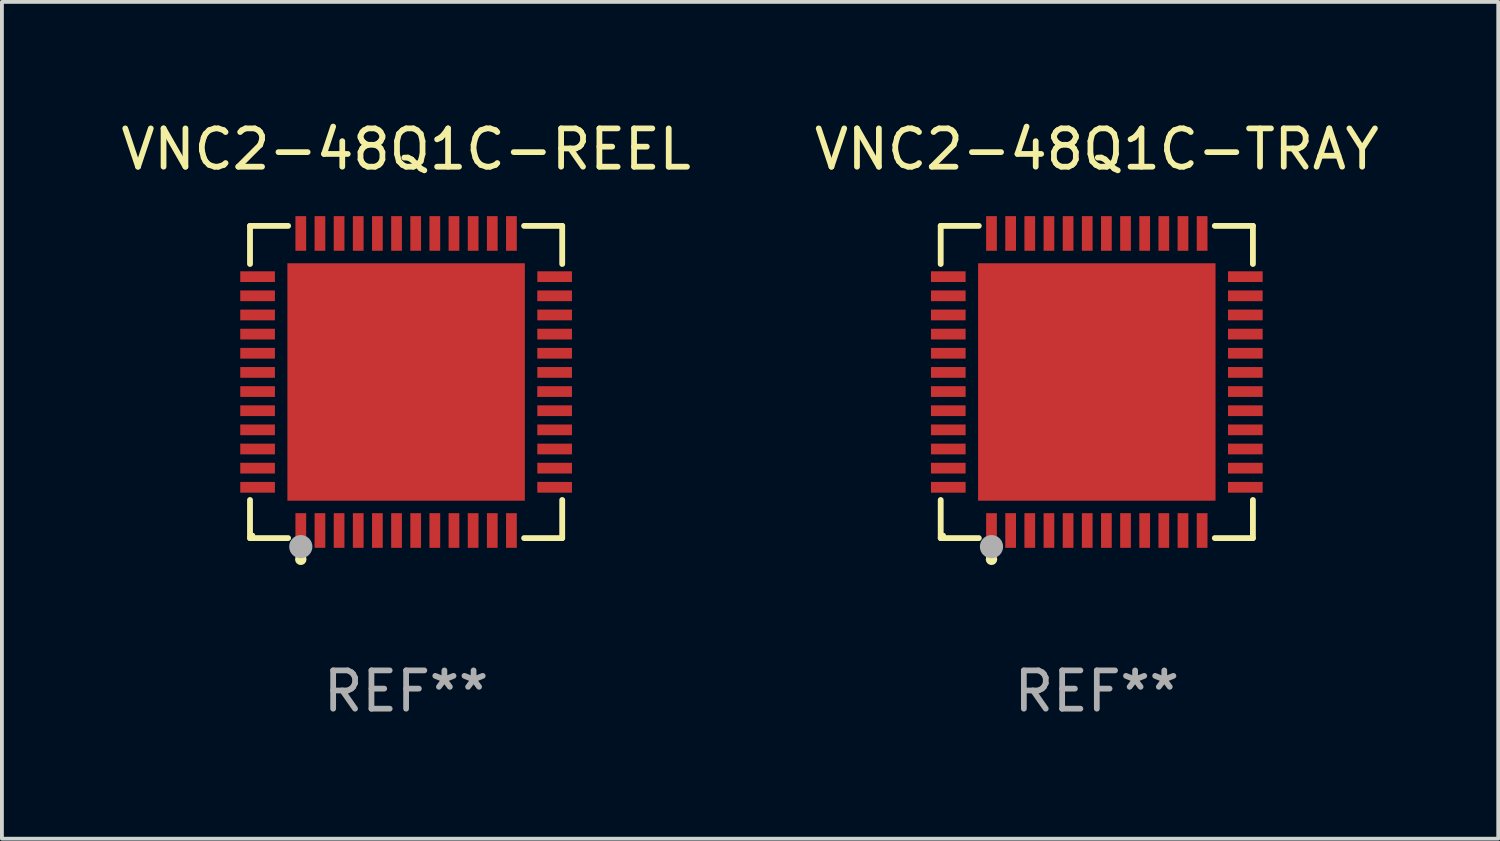
<source format=kicad_pcb>
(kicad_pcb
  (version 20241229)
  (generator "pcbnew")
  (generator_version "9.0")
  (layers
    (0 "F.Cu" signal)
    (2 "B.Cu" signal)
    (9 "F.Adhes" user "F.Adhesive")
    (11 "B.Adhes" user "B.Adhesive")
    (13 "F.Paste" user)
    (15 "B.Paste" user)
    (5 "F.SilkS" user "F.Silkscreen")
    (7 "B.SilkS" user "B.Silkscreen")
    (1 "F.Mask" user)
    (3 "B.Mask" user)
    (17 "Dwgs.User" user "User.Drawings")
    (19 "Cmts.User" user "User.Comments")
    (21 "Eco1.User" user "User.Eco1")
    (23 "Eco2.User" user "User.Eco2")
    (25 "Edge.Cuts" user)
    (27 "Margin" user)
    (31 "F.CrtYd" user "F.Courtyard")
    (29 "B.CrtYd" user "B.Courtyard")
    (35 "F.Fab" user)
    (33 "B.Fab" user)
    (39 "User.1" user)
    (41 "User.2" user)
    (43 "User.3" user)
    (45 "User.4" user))
  (footprint "VNC2-48Q1C-REEL"
    (layer "F.Cu")
    (at 7.554 6.924)
    (property "Reference" "VNC2-48Q1C-REEL" (at 0 -6.076 0) (layer "F.SilkS") (effects (font (size 1 1) (thickness 0.15))))
    (attr through_hole)
    (fp_line (start -4.076 -4.076) (end -3.081 -4.076) (stroke (width 0.152) (type solid)) (layer "F.SilkS"))
    (fp_line (start -4.076 -3.081) (end -4.076 -4.076) (stroke (width 0.152) (type solid)) (layer "F.SilkS"))
    (fp_line (start -4.076 3.081) (end -4.076 4.076) (stroke (width 0.152) (type solid)) (layer "F.SilkS"))
    (fp_line (start -4.076 4.076) (end -3.081 4.076) (stroke (width 0.152) (type solid)) (layer "F.SilkS"))
    (fp_line (start 4.076 -4.076) (end 3.081 -4.076) (stroke (width 0.152) (type solid)) (layer "F.SilkS"))
    (fp_line (start 4.076 -3.081) (end 4.076 -4.076) (stroke (width 0.152) (type solid)) (layer "F.SilkS"))
    (fp_line (start 4.076 3.081) (end 4.076 4.076) (stroke (width 0.152) (type solid)) (layer "F.SilkS"))
    (fp_line (start 4.076 4.076) (end 3.081 4.076) (stroke (width 0.152) (type solid)) (layer "F.SilkS"))
    (fp_circle (center -4 4) (end -3.97 4) (stroke (width 0.06) (type solid)) (fill no) (layer "F.SilkS"))
    (fp_circle (center -2.75 4.63) (end -2.675 4.63) (stroke (width 0.15) (type solid)) (fill no) (layer "F.SilkS"))
    (fp_circle (center -2.75 4.3) (end -2.597 4.3) (stroke (width 0.3) (type solid)) (fill no) (layer "F.Fab"))
    (fp_text user "REF**" (at 0 8.076 0) (layer "F.Fab") (effects (font (size 1 1) (thickness 0.15))))
    (pad "1" smd rect (at -2.75 3.878) (size 0.28 0.905) (layers "F.Cu" "F.Mask" "F.Paste"))
    (pad "2" smd rect (at -2.25 3.878) (size 0.28 0.905) (layers "F.Cu" "F.Mask" "F.Paste"))
    (pad "3" smd rect (at -1.75 3.878) (size 0.28 0.905) (layers "F.Cu" "F.Mask" "F.Paste"))
    (pad "4" smd rect (at -1.25 3.878) (size 0.28 0.905) (layers "F.Cu" "F.Mask" "F.Paste"))
    (pad "5" smd rect (at -0.75 3.878) (size 0.28 0.905) (layers "F.Cu" "F.Mask" "F.Paste"))
    (pad "6" smd rect (at -0.25 3.878) (size 0.28 0.905) (layers "F.Cu" "F.Mask" "F.Paste"))
    (pad "7" smd rect (at 0.25 3.878) (size 0.28 0.905) (layers "F.Cu" "F.Mask" "F.Paste"))
    (pad "8" smd rect (at 0.75 3.878) (size 0.28 0.905) (layers "F.Cu" "F.Mask" "F.Paste"))
    (pad "9" smd rect (at 1.25 3.878) (size 0.28 0.905) (layers "F.Cu" "F.Mask" "F.Paste"))
    (pad "10" smd rect (at 1.75 3.878) (size 0.28 0.905) (layers "F.Cu" "F.Mask" "F.Paste"))
    (pad "11" smd rect (at 2.25 3.878) (size 0.28 0.905) (layers "F.Cu" "F.Mask" "F.Paste"))
    (pad "12" smd rect (at 2.75 3.878) (size 0.28 0.905) (layers "F.Cu" "F.Mask" "F.Paste"))
    (pad "13" smd rect (at 3.878 2.75) (size 0.905 0.28) (layers "F.Cu" "F.Mask" "F.Paste"))
    (pad "14" smd rect (at 3.878 2.25) (size 0.905 0.28) (layers "F.Cu" "F.Mask" "F.Paste"))
    (pad "15" smd rect (at 3.878 1.75) (size 0.905 0.28) (layers "F.Cu" "F.Mask" "F.Paste"))
    (pad "16" smd rect (at 3.878 1.25) (size 0.905 0.28) (layers "F.Cu" "F.Mask" "F.Paste"))
    (pad "17" smd rect (at 3.878 0.75) (size 0.905 0.28) (layers "F.Cu" "F.Mask" "F.Paste"))
    (pad "18" smd rect (at 3.878 0.25) (size 0.905 0.28) (layers "F.Cu" "F.Mask" "F.Paste"))
    (pad "19" smd rect (at 3.878 -0.25) (size 0.905 0.28) (layers "F.Cu" "F.Mask" "F.Paste"))
    (pad "20" smd rect (at 3.878 -0.75) (size 0.905 0.28) (layers "F.Cu" "F.Mask" "F.Paste"))
    (pad "21" smd rect (at 3.878 -1.25) (size 0.905 0.28) (layers "F.Cu" "F.Mask" "F.Paste"))
    (pad "22" smd rect (at 3.878 -1.75) (size 0.905 0.28) (layers "F.Cu" "F.Mask" "F.Paste"))
    (pad "23" smd rect (at 3.878 -2.25) (size 0.905 0.28) (layers "F.Cu" "F.Mask" "F.Paste"))
    (pad "24" smd rect (at 3.878 -2.75) (size 0.905 0.28) (layers "F.Cu" "F.Mask" "F.Paste"))
    (pad "25" smd rect (at 2.75 -3.878) (size 0.28 0.905) (layers "F.Cu" "F.Mask" "F.Paste"))
    (pad "26" smd rect (at 2.25 -3.878) (size 0.28 0.905) (layers "F.Cu" "F.Mask" "F.Paste"))
    (pad "27" smd rect (at 1.75 -3.878) (size 0.28 0.905) (layers "F.Cu" "F.Mask" "F.Paste"))
    (pad "28" smd rect (at 1.25 -3.878) (size 0.28 0.905) (layers "F.Cu" "F.Mask" "F.Paste"))
    (pad "29" smd rect (at 0.75 -3.878) (size 0.28 0.905) (layers "F.Cu" "F.Mask" "F.Paste"))
    (pad "30" smd rect (at 0.25 -3.878) (size 0.28 0.905) (layers "F.Cu" "F.Mask" "F.Paste"))
    (pad "31" smd rect (at -0.25 -3.878) (size 0.28 0.905) (layers "F.Cu" "F.Mask" "F.Paste"))
    (pad "32" smd rect (at -0.75 -3.878) (size 0.28 0.905) (layers "F.Cu" "F.Mask" "F.Paste"))
    (pad "33" smd rect (at -1.25 -3.878) (size 0.28 0.905) (layers "F.Cu" "F.Mask" "F.Paste"))
    (pad "34" smd rect (at -1.75 -3.878) (size 0.28 0.905) (layers "F.Cu" "F.Mask" "F.Paste"))
    (pad "35" smd rect (at -2.25 -3.878) (size 0.28 0.905) (layers "F.Cu" "F.Mask" "F.Paste"))
    (pad "36" smd rect (at -2.75 -3.878) (size 0.28 0.905) (layers "F.Cu" "F.Mask" "F.Paste"))
    (pad "37" smd rect (at -3.878 -2.75) (size 0.905 0.28) (layers "F.Cu" "F.Mask" "F.Paste"))
    (pad "38" smd rect (at -3.878 -2.25) (size 0.905 0.28) (layers "F.Cu" "F.Mask" "F.Paste"))
    (pad "39" smd rect (at -3.878 -1.75) (size 0.905 0.28) (layers "F.Cu" "F.Mask" "F.Paste"))
    (pad "40" smd rect (at -3.878 -1.25) (size 0.905 0.28) (layers "F.Cu" "F.Mask" "F.Paste"))
    (pad "41" smd rect (at -3.878 -0.75) (size 0.905 0.28) (layers "F.Cu" "F.Mask" "F.Paste"))
    (pad "42" smd rect (at -3.878 -0.25) (size 0.905 0.28) (layers "F.Cu" "F.Mask" "F.Paste"))
    (pad "43" smd rect (at -3.878 0.25) (size 0.905 0.28) (layers "F.Cu" "F.Mask" "F.Paste"))
    (pad "44" smd rect (at -3.878 0.75) (size 0.905 0.28) (layers "F.Cu" "F.Mask" "F.Paste"))
    (pad "45" smd rect (at -3.878 1.25) (size 0.905 0.28) (layers "F.Cu" "F.Mask" "F.Paste"))
    (pad "46" smd rect (at -3.878 1.75) (size 0.905 0.28) (layers "F.Cu" "F.Mask" "F.Paste"))
    (pad "47" smd rect (at -3.878 2.25) (size 0.905 0.28) (layers "F.Cu" "F.Mask" "F.Paste"))
    (pad "48" smd rect (at -3.878 2.75) (size 0.905 0.28) (layers "F.Cu" "F.Mask" "F.Paste"))
    (pad "49" smd rect (at 0 0) (size 6.2 6.2) (layers "F.Cu" "F.Mask" "F.Paste")))
  (footprint "VNC2-48Q1C-TRAY"
    (layer "F.Cu")
    (at 25.589 6.924)
    (property "Reference" "VNC2-48Q1C-TRAY" (at 0 -6.076 0) (layer "F.SilkS") (effects (font (size 1 1) (thickness 0.15))))
    (attr through_hole)
    (fp_line (start -4.076 -4.076) (end -3.081 -4.076) (stroke (width 0.152) (type solid)) (layer "F.SilkS"))
    (fp_line (start -4.076 -3.081) (end -4.076 -4.076) (stroke (width 0.152) (type solid)) (layer "F.SilkS"))
    (fp_line (start -4.076 3.081) (end -4.076 4.076) (stroke (width 0.152) (type solid)) (layer "F.SilkS"))
    (fp_line (start -4.076 4.076) (end -3.081 4.076) (stroke (width 0.152) (type solid)) (layer "F.SilkS"))
    (fp_line (start 4.076 -4.076) (end 3.081 -4.076) (stroke (width 0.152) (type solid)) (layer "F.SilkS"))
    (fp_line (start 4.076 -3.081) (end 4.076 -4.076) (stroke (width 0.152) (type solid)) (layer "F.SilkS"))
    (fp_line (start 4.076 3.081) (end 4.076 4.076) (stroke (width 0.152) (type solid)) (layer "F.SilkS"))
    (fp_line (start 4.076 4.076) (end 3.081 4.076) (stroke (width 0.152) (type solid)) (layer "F.SilkS"))
    (fp_circle (center -4 4) (end -3.97 4) (stroke (width 0.06) (type solid)) (fill no) (layer "F.SilkS"))
    (fp_circle (center -2.75 4.63) (end -2.675 4.63) (stroke (width 0.15) (type solid)) (fill no) (layer "F.SilkS"))
    (fp_circle (center -2.75 4.3) (end -2.597 4.3) (stroke (width 0.3) (type solid)) (fill no) (layer "F.Fab"))
    (fp_text user "REF**" (at 0 8.076 0) (layer "F.Fab") (effects (font (size 1 1) (thickness 0.15))))
    (pad "1" smd rect (at -2.75 3.878) (size 0.28 0.905) (layers "F.Cu" "F.Mask" "F.Paste"))
    (pad "2" smd rect (at -2.25 3.878) (size 0.28 0.905) (layers "F.Cu" "F.Mask" "F.Paste"))
    (pad "3" smd rect (at -1.75 3.878) (size 0.28 0.905) (layers "F.Cu" "F.Mask" "F.Paste"))
    (pad "4" smd rect (at -1.25 3.878) (size 0.28 0.905) (layers "F.Cu" "F.Mask" "F.Paste"))
    (pad "5" smd rect (at -0.75 3.878) (size 0.28 0.905) (layers "F.Cu" "F.Mask" "F.Paste"))
    (pad "6" smd rect (at -0.25 3.878) (size 0.28 0.905) (layers "F.Cu" "F.Mask" "F.Paste"))
    (pad "7" smd rect (at 0.25 3.878) (size 0.28 0.905) (layers "F.Cu" "F.Mask" "F.Paste"))
    (pad "8" smd rect (at 0.75 3.878) (size 0.28 0.905) (layers "F.Cu" "F.Mask" "F.Paste"))
    (pad "9" smd rect (at 1.25 3.878) (size 0.28 0.905) (layers "F.Cu" "F.Mask" "F.Paste"))
    (pad "10" smd rect (at 1.75 3.878) (size 0.28 0.905) (layers "F.Cu" "F.Mask" "F.Paste"))
    (pad "11" smd rect (at 2.25 3.878) (size 0.28 0.905) (layers "F.Cu" "F.Mask" "F.Paste"))
    (pad "12" smd rect (at 2.75 3.878) (size 0.28 0.905) (layers "F.Cu" "F.Mask" "F.Paste"))
    (pad "13" smd rect (at 3.878 2.75) (size 0.905 0.28) (layers "F.Cu" "F.Mask" "F.Paste"))
    (pad "14" smd rect (at 3.878 2.25) (size 0.905 0.28) (layers "F.Cu" "F.Mask" "F.Paste"))
    (pad "15" smd rect (at 3.878 1.75) (size 0.905 0.28) (layers "F.Cu" "F.Mask" "F.Paste"))
    (pad "16" smd rect (at 3.878 1.25) (size 0.905 0.28) (layers "F.Cu" "F.Mask" "F.Paste"))
    (pad "17" smd rect (at 3.878 0.75) (size 0.905 0.28) (layers "F.Cu" "F.Mask" "F.Paste"))
    (pad "18" smd rect (at 3.878 0.25) (size 0.905 0.28) (layers "F.Cu" "F.Mask" "F.Paste"))
    (pad "19" smd rect (at 3.878 -0.25) (size 0.905 0.28) (layers "F.Cu" "F.Mask" "F.Paste"))
    (pad "20" smd rect (at 3.878 -0.75) (size 0.905 0.28) (layers "F.Cu" "F.Mask" "F.Paste"))
    (pad "21" smd rect (at 3.878 -1.25) (size 0.905 0.28) (layers "F.Cu" "F.Mask" "F.Paste"))
    (pad "22" smd rect (at 3.878 -1.75) (size 0.905 0.28) (layers "F.Cu" "F.Mask" "F.Paste"))
    (pad "23" smd rect (at 3.878 -2.25) (size 0.905 0.28) (layers "F.Cu" "F.Mask" "F.Paste"))
    (pad "24" smd rect (at 3.878 -2.75) (size 0.905 0.28) (layers "F.Cu" "F.Mask" "F.Paste"))
    (pad "25" smd rect (at 2.75 -3.878) (size 0.28 0.905) (layers "F.Cu" "F.Mask" "F.Paste"))
    (pad "26" smd rect (at 2.25 -3.878) (size 0.28 0.905) (layers "F.Cu" "F.Mask" "F.Paste"))
    (pad "27" smd rect (at 1.75 -3.878) (size 0.28 0.905) (layers "F.Cu" "F.Mask" "F.Paste"))
    (pad "28" smd rect (at 1.25 -3.878) (size 0.28 0.905) (layers "F.Cu" "F.Mask" "F.Paste"))
    (pad "29" smd rect (at 0.75 -3.878) (size 0.28 0.905) (layers "F.Cu" "F.Mask" "F.Paste"))
    (pad "30" smd rect (at 0.25 -3.878) (size 0.28 0.905) (layers "F.Cu" "F.Mask" "F.Paste"))
    (pad "31" smd rect (at -0.25 -3.878) (size 0.28 0.905) (layers "F.Cu" "F.Mask" "F.Paste"))
    (pad "32" smd rect (at -0.75 -3.878) (size 0.28 0.905) (layers "F.Cu" "F.Mask" "F.Paste"))
    (pad "33" smd rect (at -1.25 -3.878) (size 0.28 0.905) (layers "F.Cu" "F.Mask" "F.Paste"))
    (pad "34" smd rect (at -1.75 -3.878) (size 0.28 0.905) (layers "F.Cu" "F.Mask" "F.Paste"))
    (pad "35" smd rect (at -2.25 -3.878) (size 0.28 0.905) (layers "F.Cu" "F.Mask" "F.Paste"))
    (pad "36" smd rect (at -2.75 -3.878) (size 0.28 0.905) (layers "F.Cu" "F.Mask" "F.Paste"))
    (pad "37" smd rect (at -3.878 -2.75) (size 0.905 0.28) (layers "F.Cu" "F.Mask" "F.Paste"))
    (pad "38" smd rect (at -3.878 -2.25) (size 0.905 0.28) (layers "F.Cu" "F.Mask" "F.Paste"))
    (pad "39" smd rect (at -3.878 -1.75) (size 0.905 0.28) (layers "F.Cu" "F.Mask" "F.Paste"))
    (pad "40" smd rect (at -3.878 -1.25) (size 0.905 0.28) (layers "F.Cu" "F.Mask" "F.Paste"))
    (pad "41" smd rect (at -3.878 -0.75) (size 0.905 0.28) (layers "F.Cu" "F.Mask" "F.Paste"))
    (pad "42" smd rect (at -3.878 -0.25) (size 0.905 0.28) (layers "F.Cu" "F.Mask" "F.Paste"))
    (pad "43" smd rect (at -3.878 0.25) (size 0.905 0.28) (layers "F.Cu" "F.Mask" "F.Paste"))
    (pad "44" smd rect (at -3.878 0.75) (size 0.905 0.28) (layers "F.Cu" "F.Mask" "F.Paste"))
    (pad "45" smd rect (at -3.878 1.25) (size 0.905 0.28) (layers "F.Cu" "F.Mask" "F.Paste"))
    (pad "46" smd rect (at -3.878 1.75) (size 0.905 0.28) (layers "F.Cu" "F.Mask" "F.Paste"))
    (pad "47" smd rect (at -3.878 2.25) (size 0.905 0.28) (layers "F.Cu" "F.Mask" "F.Paste"))
    (pad "48" smd rect (at -3.878 2.75) (size 0.905 0.28) (layers "F.Cu" "F.Mask" "F.Paste"))
    (pad "49" smd rect (at 0 0) (size 6.2 6.2) (layers "F.Cu" "F.Mask" "F.Paste")))
  (gr_rect
    (start -3 -3)
    (end 36.071 18.849)
    (stroke (width 0.1) (type default))
    (fill no)
    (layer "Edge.Cuts")))
</source>
